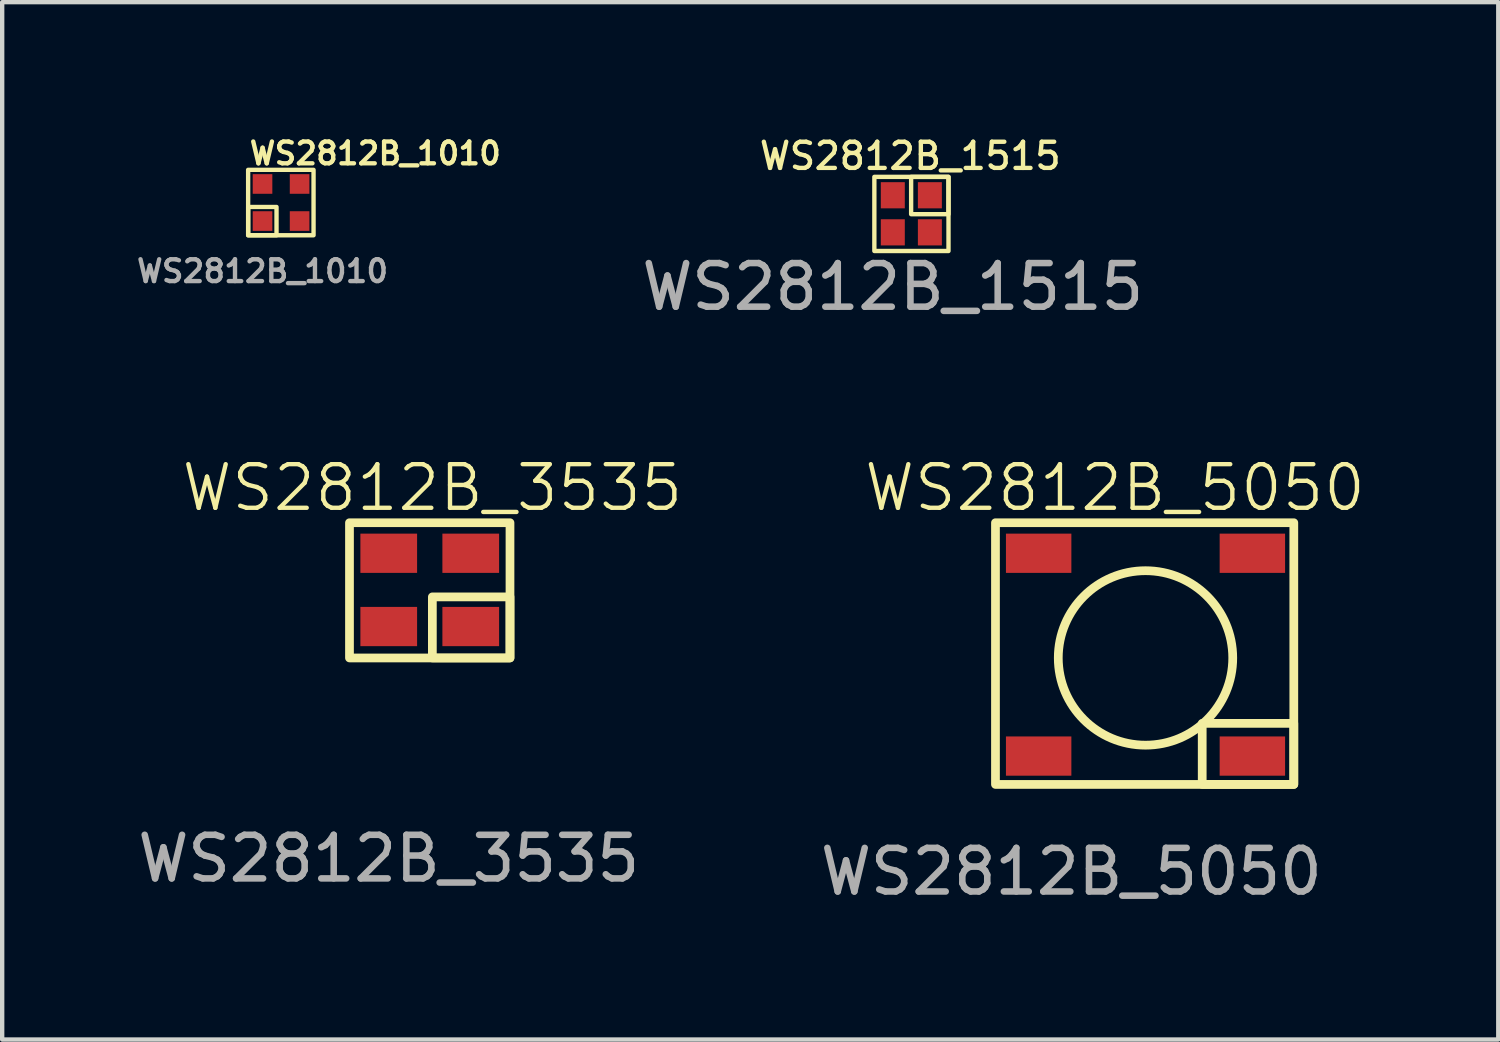
<source format=kicad_pcb>
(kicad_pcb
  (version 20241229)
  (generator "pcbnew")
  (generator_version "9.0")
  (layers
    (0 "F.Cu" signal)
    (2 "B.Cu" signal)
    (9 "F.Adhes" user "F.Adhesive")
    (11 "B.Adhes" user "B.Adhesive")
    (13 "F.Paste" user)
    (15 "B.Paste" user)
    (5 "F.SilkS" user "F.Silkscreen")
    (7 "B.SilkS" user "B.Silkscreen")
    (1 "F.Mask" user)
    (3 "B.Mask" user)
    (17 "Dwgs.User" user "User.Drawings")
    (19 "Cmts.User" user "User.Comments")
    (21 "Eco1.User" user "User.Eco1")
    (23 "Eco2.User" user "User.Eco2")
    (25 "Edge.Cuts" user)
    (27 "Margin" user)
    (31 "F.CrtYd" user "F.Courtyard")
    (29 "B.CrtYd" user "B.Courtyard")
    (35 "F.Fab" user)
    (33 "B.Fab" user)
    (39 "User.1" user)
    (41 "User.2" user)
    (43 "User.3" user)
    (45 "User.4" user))
  (footprint "WS2812B_1515"
    (layer "F.Cu")
    (at 17.42 1.427)
    (property "Reference" "WS2812B_1515" (at 0.4 -0.9 0) (unlocked yes) (layer "F.SilkS") (effects (font (size 0.6 0.6) (thickness 0.1))))
    (attr smd)
    (fp_rect (start -0.423 -0.422) (end 1.277 1.278) (stroke (width 0.1) (type default)) (fill no) (layer "F.SilkS"))
    (fp_rect (start 0.42 -0.422) (end 1.277 0.434) (stroke (width 0.1) (type default)) (fill no) (layer "F.SilkS"))
    (fp_text user "${REFERENCE}" (at 0 2.1 0) (unlocked yes) (layer "F.Fab") (effects (font (size 1 1) (thickness 0.15))))
    (pad "1" smd rect (at 0.85 0.85) (size 0.55 0.6) (layers "F.Cu" "F.Mask" "F.Paste"))
    (pad "2" smd rect (at 0.85 0) (size 0.55 0.6) (layers "F.Cu" "F.Mask" "F.Paste"))
    (pad "3" smd rect (at 0 0) (size 0.55 0.6) (layers "F.Cu" "F.Mask" "F.Paste"))
    (pad "4" smd rect (at 0 0.85) (size 0.55 0.6) (layers "F.Cu" "F.Mask" "F.Paste")))
  (footprint "WS2812B_5050"
    (layer "F.Cu")
    (at 21.514 9.635)
    (property "Reference" "WS2812B_5050" (at 1 -1.5 0) (unlocked yes) (layer "F.SilkS") (effects (font (size 1 1) (thickness 0.1))))
    (attr smd)
    (fp_rect (start -1.74 -0.7) (end 5.1 5.3) (stroke (width 0.2) (type default)) (fill no) (layer "F.SilkS"))
    (fp_rect (start 3 3.9) (end 5.1 5.3) (stroke (width 0.2) (type default)) (fill no) (layer "F.SilkS"))
    (fp_circle (center 1.7 2.4) (end 3.7 2.4) (stroke (width 0.2) (type default)) (fill no) (layer "F.SilkS"))
    (fp_text user "${REFERENCE}" (at 0 7.3 0) (unlocked yes) (layer "F.Fab") (effects (font (size 1 1) (thickness 0.15))))
    (pad "1" smd rect (at 4.15 4.65) (size 1.5 0.9) (layers "F.Cu" "F.Mask" "F.Paste"))
    (pad "2" smd rect (at 4.15 0) (size 1.5 0.9) (layers "F.Cu" "F.Mask" "F.Paste"))
    (pad "3" smd rect (at -0.75 0) (size 1.5 0.9) (layers "F.Cu" "F.Mask" "F.Paste"))
    (pad "4" smd rect (at -0.75 4.65) (size 1.5 0.9) (layers "F.Cu" "F.Mask" "F.Paste")))
  (footprint "WS2812B_1010"
    (layer "F.Cu")
    (at 2.969 1.168)
    (property "Reference" "WS2812B_1010" (at -0.35 -0.7 0) (unlocked yes) (layer "F.SilkS") (effects (font (size 0.5 0.5) (thickness 0.1)) (justify left)))
    (attr smd)
    (fp_rect (start -0.33 -0.324) (end 1.17 1.176) (stroke (width 0.1) (type default)) (fill no) (layer "F.SilkS"))
    (fp_rect (start -0.329 0.527) (end 0.321 1.177) (stroke (width 0.1) (type default)) (fill no) (layer "F.SilkS"))
    (fp_text user "${REFERENCE}" (at 0 2 0) (unlocked yes) (layer "F.Fab") (effects (font (size 0.5 0.5) (thickness 0.1) (bold yes))))
    (pad "1" smd rect (at 0 0) (size 0.45 0.45) (layers "F.Cu" "F.Mask" "F.Paste"))
    (pad "2" smd rect (at 0.85 0) (size 0.45 0.45) (layers "F.Cu" "F.Mask" "F.Paste"))
    (pad "3" smd rect (at 0 0.85) (size 0.45 0.45) (layers "F.Cu" "F.Mask" "F.Paste"))
    (pad "4" smd rect (at 0.85 0.85) (size 0.45 0.45) (layers "F.Cu" "F.Mask" "F.Paste")))
  (footprint "WS2812B_3535"
    (layer "F.Cu")
    (at 5.863 9.635)
    (property "Reference" "WS2812B_3535" (at 1 -1.5 0) (unlocked yes) (layer "F.SilkS") (effects (font (size 1 1) (thickness 0.1))))
    (attr smd)
    (fp_rect (start -0.9 -0.7) (end 2.78 2.4) (stroke (width 0.2) (type default)) (fill no) (layer "F.SilkS"))
    (fp_rect (start 1 1) (end 2.78 2.4) (stroke (width 0.2) (type default)) (fill no) (layer "F.SilkS"))
    (fp_text user "${REFERENCE}" (at 0 7 0) (unlocked yes) (layer "F.Fab") (effects (font (size 1 1) (thickness 0.15))))
    (pad "1" smd rect (at 1.88 1.68) (size 1.3 0.9) (layers "F.Cu" "F.Mask" "F.Paste"))
    (pad "2" smd rect (at 1.88 0) (size 1.3 0.9) (layers "F.Cu" "F.Mask" "F.Paste"))
    (pad "3" smd rect (at 0 0) (size 1.3 0.9) (layers "F.Cu" "F.Mask" "F.Paste"))
    (pad "4" smd rect (at 0 1.68) (size 1.3 0.9) (layers "F.Cu" "F.Mask" "F.Paste")))
  (gr_rect
    (start -3 -3)
    (end 31.302 20.784)
    (stroke (width 0.1) (type default))
    (fill no)
    (layer "Edge.Cuts")))
</source>
